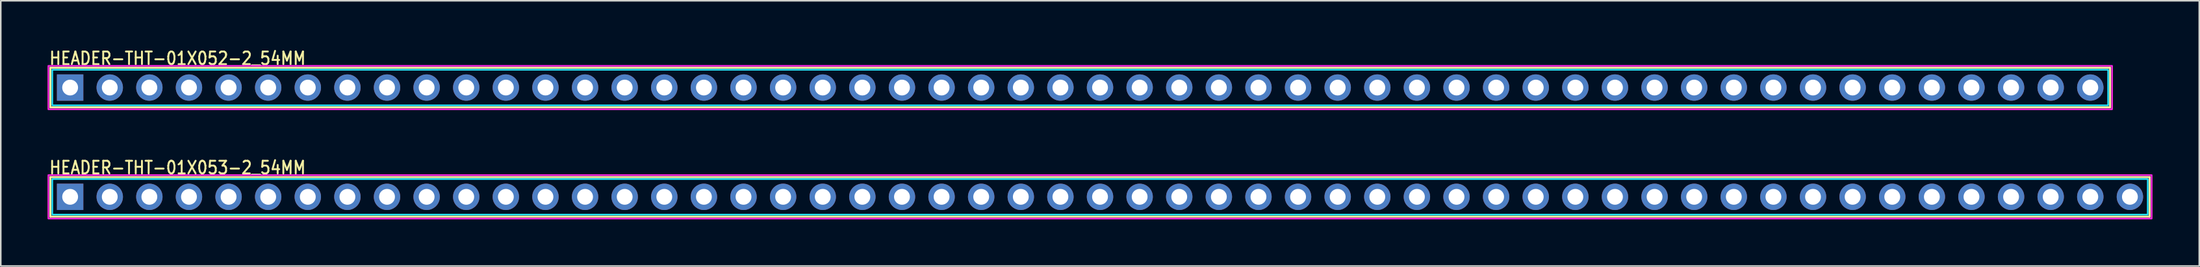
<source format=kicad_pcb>
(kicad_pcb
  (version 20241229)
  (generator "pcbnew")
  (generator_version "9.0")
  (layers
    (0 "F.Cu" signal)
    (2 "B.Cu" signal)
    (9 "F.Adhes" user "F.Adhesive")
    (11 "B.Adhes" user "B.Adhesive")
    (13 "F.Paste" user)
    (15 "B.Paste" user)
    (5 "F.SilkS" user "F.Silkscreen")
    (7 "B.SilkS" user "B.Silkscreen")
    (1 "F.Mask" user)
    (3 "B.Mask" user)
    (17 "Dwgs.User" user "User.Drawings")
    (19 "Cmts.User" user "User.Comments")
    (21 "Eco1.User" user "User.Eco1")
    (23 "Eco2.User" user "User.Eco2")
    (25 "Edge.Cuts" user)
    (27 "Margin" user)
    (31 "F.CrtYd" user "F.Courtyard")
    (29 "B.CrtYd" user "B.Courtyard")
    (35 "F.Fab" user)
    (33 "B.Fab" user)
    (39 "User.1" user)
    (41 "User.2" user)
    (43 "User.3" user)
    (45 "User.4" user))
  (footprint "HEADER-THT-01X052-2_54MM"
    (layer "F.Cu")
    (at 1.447 2.579)
    (property "Reference" "HEADER-THT-01X052-2_54MM" (at -1.4 -1.4 0) (unlocked yes) (layer "F.SilkS") (effects (font (size 0.813 0.695) (thickness 0.122)) (justify left bottom)))
    (fp_line (start -1.27 -1.27) (end -1.27 1.27) (stroke (width 0.127) (type solid)) (layer "F.SilkS"))
    (fp_line (start -1.27 1.27) (end 130.81 1.27) (stroke (width 0.127) (type solid)) (layer "F.SilkS"))
    (fp_line (start 130.81 -1.27) (end -1.27 -1.27) (stroke (width 0.127) (type solid)) (layer "F.SilkS"))
    (fp_line (start 130.81 1.27) (end 130.81 -1.27) (stroke (width 0.127) (type solid)) (layer "F.SilkS"))
    (fp_poly (pts (xy -1.143 -1.143) (xy 130.683 -1.143) (xy 130.683 1.143) (xy -1.143 1.143)) (stroke (width 0.1) (type solid)) (fill no) (layer "B.CrtYd"))
    (fp_poly (pts (xy -1.397 -1.397) (xy 130.937 -1.397) (xy 130.937 1.397) (xy -1.397 1.397)) (stroke (width 0.1) (type solid)) (fill no) (layer "F.CrtYd"))
    (pad "1" thru_hole rect (at 0 0) (size 1.693 1.693) (drill 1.016) (layers "*.Cu" "*.Mask"))
    (pad "2" thru_hole oval (at 2.54 0) (size 1.693 1.693) (drill 1.016) (layers "*.Cu" "*.Mask"))
    (pad "3" thru_hole oval (at 5.08 0) (size 1.693 1.693) (drill 1.016) (layers "*.Cu" "*.Mask"))
    (pad "4" thru_hole oval (at 7.62 0) (size 1.693 1.693) (drill 1.016) (layers "*.Cu" "*.Mask"))
    (pad "5" thru_hole oval (at 10.16 0) (size 1.693 1.693) (drill 1.016) (layers "*.Cu" "*.Mask"))
    (pad "6" thru_hole oval (at 12.7 0) (size 1.693 1.693) (drill 1.016) (layers "*.Cu" "*.Mask"))
    (pad "7" thru_hole oval (at 15.24 0) (size 1.693 1.693) (drill 1.016) (layers "*.Cu" "*.Mask"))
    (pad "8" thru_hole oval (at 17.78 0) (size 1.693 1.693) (drill 1.016) (layers "*.Cu" "*.Mask"))
    (pad "9" thru_hole oval (at 20.32 0) (size 1.693 1.693) (drill 1.016) (layers "*.Cu" "*.Mask"))
    (pad "10" thru_hole oval (at 22.86 0) (size 1.693 1.693) (drill 1.016) (layers "*.Cu" "*.Mask"))
    (pad "11" thru_hole oval (at 25.4 0) (size 1.693 1.693) (drill 1.016) (layers "*.Cu" "*.Mask"))
    (pad "12" thru_hole oval (at 27.94 0) (size 1.693 1.693) (drill 1.016) (layers "*.Cu" "*.Mask"))
    (pad "13" thru_hole oval (at 30.48 0) (size 1.693 1.693) (drill 1.016) (layers "*.Cu" "*.Mask"))
    (pad "14" thru_hole oval (at 33.02 0) (size 1.693 1.693) (drill 1.016) (layers "*.Cu" "*.Mask"))
    (pad "15" thru_hole oval (at 35.56 0) (size 1.693 1.693) (drill 1.016) (layers "*.Cu" "*.Mask"))
    (pad "16" thru_hole oval (at 38.1 0) (size 1.693 1.693) (drill 1.016) (layers "*.Cu" "*.Mask"))
    (pad "17" thru_hole oval (at 40.64 0) (size 1.693 1.693) (drill 1.016) (layers "*.Cu" "*.Mask"))
    (pad "18" thru_hole oval (at 43.18 0) (size 1.693 1.693) (drill 1.016) (layers "*.Cu" "*.Mask"))
    (pad "19" thru_hole oval (at 45.72 0) (size 1.693 1.693) (drill 1.016) (layers "*.Cu" "*.Mask"))
    (pad "20" thru_hole oval (at 48.26 0) (size 1.693 1.693) (drill 1.016) (layers "*.Cu" "*.Mask"))
    (pad "21" thru_hole oval (at 50.8 0) (size 1.693 1.693) (drill 1.016) (layers "*.Cu" "*.Mask"))
    (pad "22" thru_hole oval (at 53.34 0) (size 1.693 1.693) (drill 1.016) (layers "*.Cu" "*.Mask"))
    (pad "23" thru_hole oval (at 55.88 0) (size 1.693 1.693) (drill 1.016) (layers "*.Cu" "*.Mask"))
    (pad "24" thru_hole oval (at 58.42 0) (size 1.693 1.693) (drill 1.016) (layers "*.Cu" "*.Mask"))
    (pad "25" thru_hole oval (at 60.96 0) (size 1.693 1.693) (drill 1.016) (layers "*.Cu" "*.Mask"))
    (pad "26" thru_hole oval (at 63.5 0) (size 1.693 1.693) (drill 1.016) (layers "*.Cu" "*.Mask"))
    (pad "27" thru_hole oval (at 66.04 0) (size 1.693 1.693) (drill 1.016) (layers "*.Cu" "*.Mask"))
    (pad "28" thru_hole oval (at 68.58 0) (size 1.693 1.693) (drill 1.016) (layers "*.Cu" "*.Mask"))
    (pad "29" thru_hole oval (at 71.12 0) (size 1.693 1.693) (drill 1.016) (layers "*.Cu" "*.Mask"))
    (pad "30" thru_hole oval (at 73.66 0) (size 1.693 1.693) (drill 1.016) (layers "*.Cu" "*.Mask"))
    (pad "31" thru_hole oval (at 76.2 0) (size 1.693 1.693) (drill 1.016) (layers "*.Cu" "*.Mask"))
    (pad "32" thru_hole oval (at 78.74 0) (size 1.693 1.693) (drill 1.016) (layers "*.Cu" "*.Mask"))
    (pad "33" thru_hole oval (at 81.28 0) (size 1.693 1.693) (drill 1.016) (layers "*.Cu" "*.Mask"))
    (pad "34" thru_hole oval (at 83.82 0) (size 1.693 1.693) (drill 1.016) (layers "*.Cu" "*.Mask"))
    (pad "35" thru_hole oval (at 86.36 0) (size 1.693 1.693) (drill 1.016) (layers "*.Cu" "*.Mask"))
    (pad "36" thru_hole oval (at 88.9 0) (size 1.693 1.693) (drill 1.016) (layers "*.Cu" "*.Mask"))
    (pad "37" thru_hole oval (at 91.44 0) (size 1.693 1.693) (drill 1.016) (layers "*.Cu" "*.Mask"))
    (pad "38" thru_hole oval (at 93.98 0) (size 1.693 1.693) (drill 1.016) (layers "*.Cu" "*.Mask"))
    (pad "39" thru_hole oval (at 96.52 0) (size 1.693 1.693) (drill 1.016) (layers "*.Cu" "*.Mask"))
    (pad "40" thru_hole oval (at 99.06 0) (size 1.693 1.693) (drill 1.016) (layers "*.Cu" "*.Mask"))
    (pad "41" thru_hole oval (at 101.6 0) (size 1.693 1.693) (drill 1.016) (layers "*.Cu" "*.Mask"))
    (pad "42" thru_hole oval (at 104.14 0) (size 1.693 1.693) (drill 1.016) (layers "*.Cu" "*.Mask"))
    (pad "43" thru_hole oval (at 106.68 0) (size 1.693 1.693) (drill 1.016) (layers "*.Cu" "*.Mask"))
    (pad "44" thru_hole oval (at 109.22 0) (size 1.693 1.693) (drill 1.016) (layers "*.Cu" "*.Mask"))
    (pad "45" thru_hole oval (at 111.76 0) (size 1.693 1.693) (drill 1.016) (layers "*.Cu" "*.Mask"))
    (pad "46" thru_hole oval (at 114.3 0) (size 1.693 1.693) (drill 1.016) (layers "*.Cu" "*.Mask"))
    (pad "47" thru_hole oval (at 116.84 0) (size 1.693 1.693) (drill 1.016) (layers "*.Cu" "*.Mask"))
    (pad "48" thru_hole oval (at 119.38 0) (size 1.693 1.693) (drill 1.016) (layers "*.Cu" "*.Mask"))
    (pad "49" thru_hole oval (at 121.92 0) (size 1.693 1.693) (drill 1.016) (layers "*.Cu" "*.Mask"))
    (pad "50" thru_hole oval (at 124.46 0) (size 1.693 1.693) (drill 1.016) (layers "*.Cu" "*.Mask"))
    (pad "51" thru_hole oval (at 127 0) (size 1.693 1.693) (drill 1.016) (layers "*.Cu" "*.Mask"))
    (pad "52" thru_hole oval (at 129.54 0) (size 1.693 1.693) (drill 1.016) (layers "*.Cu" "*.Mask")))
  (footprint "HEADER-THT-01X053-2_54MM"
    (layer "F.Cu")
    (at 1.447 9.604)
    (property "Reference" "HEADER-THT-01X053-2_54MM" (at -1.4 -1.4 0) (unlocked yes) (layer "F.SilkS") (effects (font (size 0.813 0.695) (thickness 0.122)) (justify left bottom)))
    (fp_line (start -1.27 -1.27) (end -1.27 1.27) (stroke (width 0.127) (type solid)) (layer "F.SilkS"))
    (fp_line (start -1.27 1.27) (end 133.35 1.27) (stroke (width 0.127) (type solid)) (layer "F.SilkS"))
    (fp_line (start 133.35 -1.27) (end -1.27 -1.27) (stroke (width 0.127) (type solid)) (layer "F.SilkS"))
    (fp_line (start 133.35 1.27) (end 133.35 -1.27) (stroke (width 0.127) (type solid)) (layer "F.SilkS"))
    (fp_poly (pts (xy -1.143 -1.143) (xy 133.223 -1.143) (xy 133.223 1.143) (xy -1.143 1.143)) (stroke (width 0.1) (type solid)) (fill no) (layer "B.CrtYd"))
    (fp_poly (pts (xy -1.397 -1.397) (xy 133.477 -1.397) (xy 133.477 1.397) (xy -1.397 1.397)) (stroke (width 0.1) (type solid)) (fill no) (layer "F.CrtYd"))
    (pad "1" thru_hole rect (at 0 0) (size 1.693 1.693) (drill 1.016) (layers "*.Cu" "*.Mask"))
    (pad "2" thru_hole oval (at 2.54 0) (size 1.693 1.693) (drill 1.016) (layers "*.Cu" "*.Mask"))
    (pad "3" thru_hole oval (at 5.08 0) (size 1.693 1.693) (drill 1.016) (layers "*.Cu" "*.Mask"))
    (pad "4" thru_hole oval (at 7.62 0) (size 1.693 1.693) (drill 1.016) (layers "*.Cu" "*.Mask"))
    (pad "5" thru_hole oval (at 10.16 0) (size 1.693 1.693) (drill 1.016) (layers "*.Cu" "*.Mask"))
    (pad "6" thru_hole oval (at 12.7 0) (size 1.693 1.693) (drill 1.016) (layers "*.Cu" "*.Mask"))
    (pad "7" thru_hole oval (at 15.24 0) (size 1.693 1.693) (drill 1.016) (layers "*.Cu" "*.Mask"))
    (pad "8" thru_hole oval (at 17.78 0) (size 1.693 1.693) (drill 1.016) (layers "*.Cu" "*.Mask"))
    (pad "9" thru_hole oval (at 20.32 0) (size 1.693 1.693) (drill 1.016) (layers "*.Cu" "*.Mask"))
    (pad "10" thru_hole oval (at 22.86 0) (size 1.693 1.693) (drill 1.016) (layers "*.Cu" "*.Mask"))
    (pad "11" thru_hole oval (at 25.4 0) (size 1.693 1.693) (drill 1.016) (layers "*.Cu" "*.Mask"))
    (pad "12" thru_hole oval (at 27.94 0) (size 1.693 1.693) (drill 1.016) (layers "*.Cu" "*.Mask"))
    (pad "13" thru_hole oval (at 30.48 0) (size 1.693 1.693) (drill 1.016) (layers "*.Cu" "*.Mask"))
    (pad "14" thru_hole oval (at 33.02 0) (size 1.693 1.693) (drill 1.016) (layers "*.Cu" "*.Mask"))
    (pad "15" thru_hole oval (at 35.56 0) (size 1.693 1.693) (drill 1.016) (layers "*.Cu" "*.Mask"))
    (pad "16" thru_hole oval (at 38.1 0) (size 1.693 1.693) (drill 1.016) (layers "*.Cu" "*.Mask"))
    (pad "17" thru_hole oval (at 40.64 0) (size 1.693 1.693) (drill 1.016) (layers "*.Cu" "*.Mask"))
    (pad "18" thru_hole oval (at 43.18 0) (size 1.693 1.693) (drill 1.016) (layers "*.Cu" "*.Mask"))
    (pad "19" thru_hole oval (at 45.72 0) (size 1.693 1.693) (drill 1.016) (layers "*.Cu" "*.Mask"))
    (pad "20" thru_hole oval (at 48.26 0) (size 1.693 1.693) (drill 1.016) (layers "*.Cu" "*.Mask"))
    (pad "21" thru_hole oval (at 50.8 0) (size 1.693 1.693) (drill 1.016) (layers "*.Cu" "*.Mask"))
    (pad "22" thru_hole oval (at 53.34 0) (size 1.693 1.693) (drill 1.016) (layers "*.Cu" "*.Mask"))
    (pad "23" thru_hole oval (at 55.88 0) (size 1.693 1.693) (drill 1.016) (layers "*.Cu" "*.Mask"))
    (pad "24" thru_hole oval (at 58.42 0) (size 1.693 1.693) (drill 1.016) (layers "*.Cu" "*.Mask"))
    (pad "25" thru_hole oval (at 60.96 0) (size 1.693 1.693) (drill 1.016) (layers "*.Cu" "*.Mask"))
    (pad "26" thru_hole oval (at 63.5 0) (size 1.693 1.693) (drill 1.016) (layers "*.Cu" "*.Mask"))
    (pad "27" thru_hole oval (at 66.04 0) (size 1.693 1.693) (drill 1.016) (layers "*.Cu" "*.Mask"))
    (pad "28" thru_hole oval (at 68.58 0) (size 1.693 1.693) (drill 1.016) (layers "*.Cu" "*.Mask"))
    (pad "29" thru_hole oval (at 71.12 0) (size 1.693 1.693) (drill 1.016) (layers "*.Cu" "*.Mask"))
    (pad "30" thru_hole oval (at 73.66 0) (size 1.693 1.693) (drill 1.016) (layers "*.Cu" "*.Mask"))
    (pad "31" thru_hole oval (at 76.2 0) (size 1.693 1.693) (drill 1.016) (layers "*.Cu" "*.Mask"))
    (pad "32" thru_hole oval (at 78.74 0) (size 1.693 1.693) (drill 1.016) (layers "*.Cu" "*.Mask"))
    (pad "33" thru_hole oval (at 81.28 0) (size 1.693 1.693) (drill 1.016) (layers "*.Cu" "*.Mask"))
    (pad "34" thru_hole oval (at 83.82 0) (size 1.693 1.693) (drill 1.016) (layers "*.Cu" "*.Mask"))
    (pad "35" thru_hole oval (at 86.36 0) (size 1.693 1.693) (drill 1.016) (layers "*.Cu" "*.Mask"))
    (pad "36" thru_hole oval (at 88.9 0) (size 1.693 1.693) (drill 1.016) (layers "*.Cu" "*.Mask"))
    (pad "37" thru_hole oval (at 91.44 0) (size 1.693 1.693) (drill 1.016) (layers "*.Cu" "*.Mask"))
    (pad "38" thru_hole oval (at 93.98 0) (size 1.693 1.693) (drill 1.016) (layers "*.Cu" "*.Mask"))
    (pad "39" thru_hole oval (at 96.52 0) (size 1.693 1.693) (drill 1.016) (layers "*.Cu" "*.Mask"))
    (pad "40" thru_hole oval (at 99.06 0) (size 1.693 1.693) (drill 1.016) (layers "*.Cu" "*.Mask"))
    (pad "41" thru_hole oval (at 101.6 0) (size 1.693 1.693) (drill 1.016) (layers "*.Cu" "*.Mask"))
    (pad "42" thru_hole oval (at 104.14 0) (size 1.693 1.693) (drill 1.016) (layers "*.Cu" "*.Mask"))
    (pad "43" thru_hole oval (at 106.68 0) (size 1.693 1.693) (drill 1.016) (layers "*.Cu" "*.Mask"))
    (pad "44" thru_hole oval (at 109.22 0) (size 1.693 1.693) (drill 1.016) (layers "*.Cu" "*.Mask"))
    (pad "45" thru_hole oval (at 111.76 0) (size 1.693 1.693) (drill 1.016) (layers "*.Cu" "*.Mask"))
    (pad "46" thru_hole oval (at 114.3 0) (size 1.693 1.693) (drill 1.016) (layers "*.Cu" "*.Mask"))
    (pad "47" thru_hole oval (at 116.84 0) (size 1.693 1.693) (drill 1.016) (layers "*.Cu" "*.Mask"))
    (pad "48" thru_hole oval (at 119.38 0) (size 1.693 1.693) (drill 1.016) (layers "*.Cu" "*.Mask"))
    (pad "49" thru_hole oval (at 121.92 0) (size 1.693 1.693) (drill 1.016) (layers "*.Cu" "*.Mask"))
    (pad "50" thru_hole oval (at 124.46 0) (size 1.693 1.693) (drill 1.016) (layers "*.Cu" "*.Mask"))
    (pad "51" thru_hole oval (at 127 0) (size 1.693 1.693) (drill 1.016) (layers "*.Cu" "*.Mask"))
    (pad "52" thru_hole oval (at 129.54 0) (size 1.693 1.693) (drill 1.016) (layers "*.Cu" "*.Mask"))
    (pad "53" thru_hole oval (at 132.08 0) (size 1.693 1.693) (drill 1.016) (layers "*.Cu" "*.Mask")))
  (gr_rect
    (start -3 -3)
    (end 137.974 14.051)
    (stroke (width 0.1) (type default))
    (fill no)
    (layer "Edge.Cuts")))
</source>
